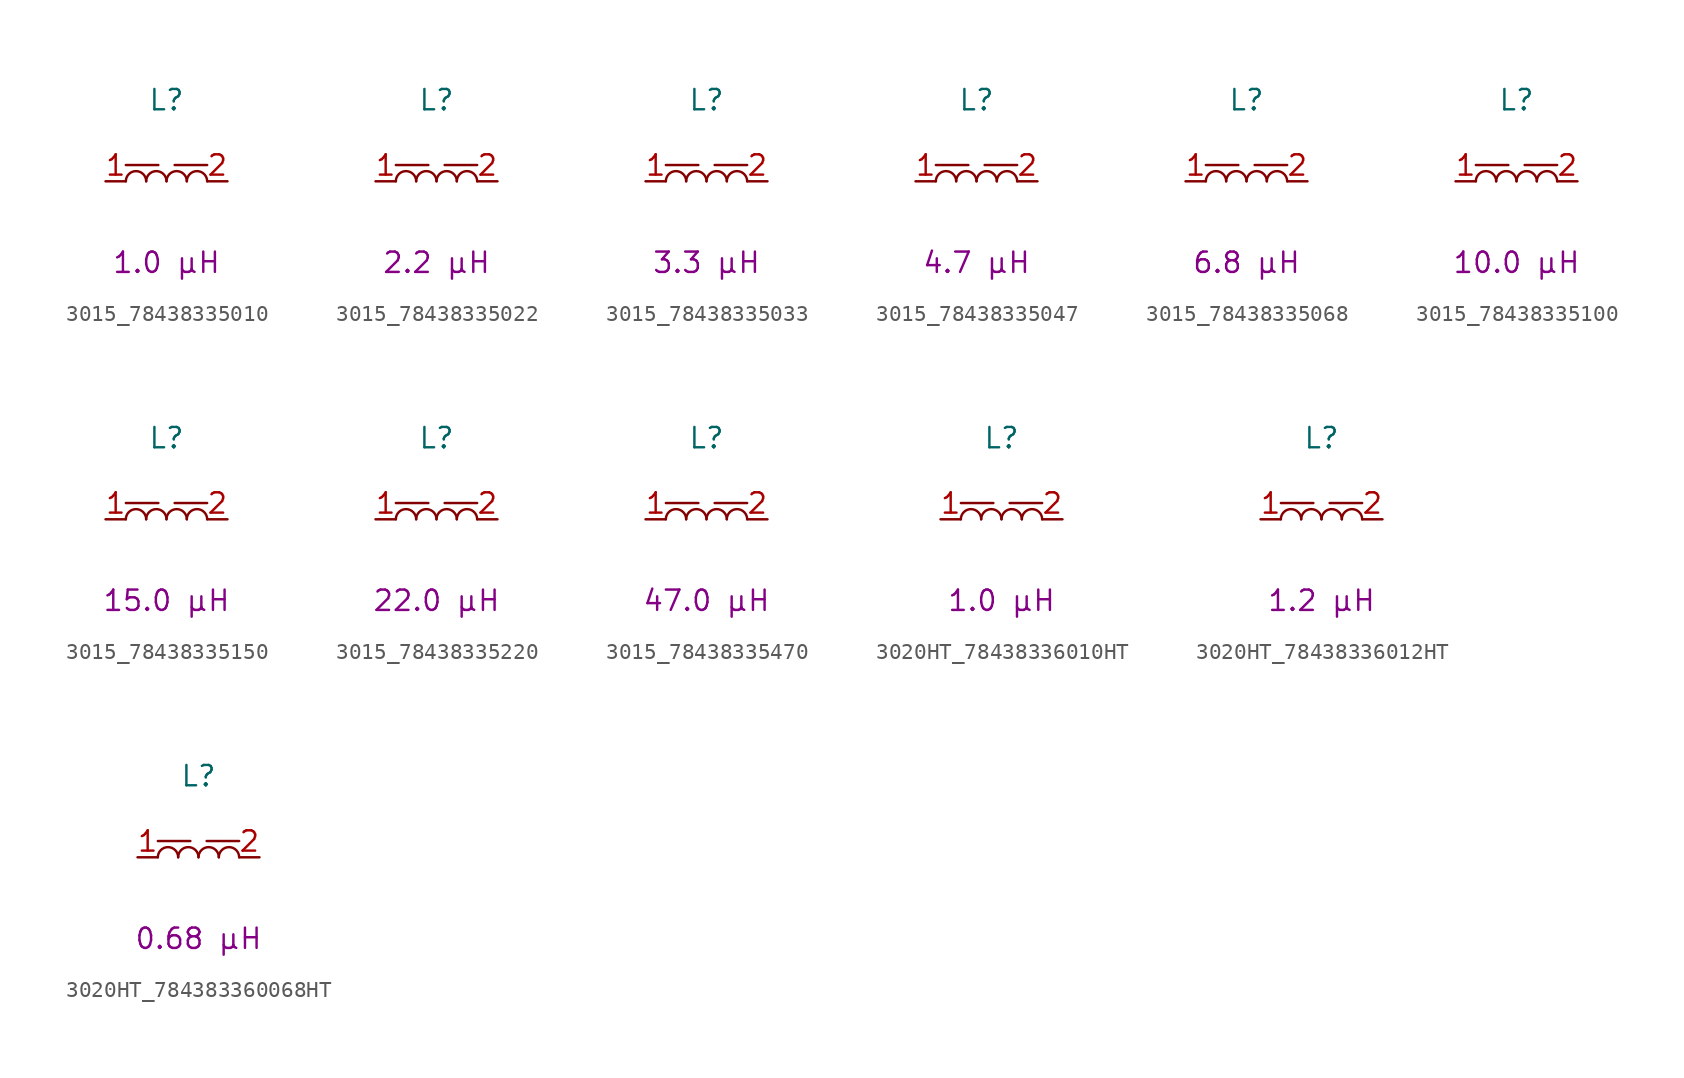
<source format=kicad_sym>
(kicad_symbol_lib
  (version 20220914)
  (generator kicad_symbol_editor)
  (symbol "3015_78438335010"
    (pin_names hide)
    (property "Reference" "L"
      (at 0 5.08 0)
      (effects (font (size 1.27 1.27))))
    (property "Critical Parameter" "1.0 µH"
      (at 0 -5.08 0)
      (effects (font (size 1.27 1.27))))
    (symbol "3015_78438335010_0_1"
      (arc (start -1.27 0) (mid -1.905 0.6323) (end -2.54 0) (stroke (width 0) (type default)) (fill (type none)))
      (arc (start 0 0) (mid -0.635 0.6323) (end -1.27 0) (stroke (width 0) (type default)) (fill (type none)))
      (polyline (pts (xy -2.54 1.016) (xy -0.508 1.016)) (stroke (width 0) (type default)) (fill (type none)))
      (arc (start 1.27 0) (mid 0.635 0.6323) (end 0 0) (stroke (width 0) (type default)) (fill (type none)))
      (arc (start 2.54 0) (mid 1.905 0.6323) (end 1.27 0) (stroke (width 0) (type default)) (fill (type none))))
    (symbol "3015_78438335010_1_1"
      (polyline (pts (xy 2.54 1.016) (xy 0.508 1.016)) (stroke (width 0) (type default)) (fill (type none)))
      (pin passive line (at -3.81 0 0) (length 1.27) (name "1" (effects (font (size 1.27 1.27)))) (number "1" (effects (font (size 1.27 1.27)))))
      (pin passive line (at 3.81 0 180) (length 1.27) (name "2" (effects (font (size 1.27 1.27)))) (number "2" (effects (font (size 1.27 1.27)))))))
  (symbol "3015_78438335022"
    (pin_names hide)
    (property "Reference" "L"
      (at 0 5.08 0)
      (effects (font (size 1.27 1.27))))
    (property "Critical Parameter" "2.2 µH"
      (at 0 -5.08 0)
      (effects (font (size 1.27 1.27))))
    (symbol "3015_78438335022_0_1"
      (arc (start -1.27 0) (mid -1.905 0.6323) (end -2.54 0) (stroke (width 0) (type default)) (fill (type none)))
      (arc (start 0 0) (mid -0.635 0.6323) (end -1.27 0) (stroke (width 0) (type default)) (fill (type none)))
      (polyline (pts (xy -2.54 1.016) (xy -0.508 1.016)) (stroke (width 0) (type default)) (fill (type none)))
      (arc (start 1.27 0) (mid 0.635 0.6323) (end 0 0) (stroke (width 0) (type default)) (fill (type none)))
      (arc (start 2.54 0) (mid 1.905 0.6323) (end 1.27 0) (stroke (width 0) (type default)) (fill (type none))))
    (symbol "3015_78438335022_1_1"
      (polyline (pts (xy 2.54 1.016) (xy 0.508 1.016)) (stroke (width 0) (type default)) (fill (type none)))
      (pin passive line (at -3.81 0 0) (length 1.27) (name "1" (effects (font (size 1.27 1.27)))) (number "1" (effects (font (size 1.27 1.27)))))
      (pin passive line (at 3.81 0 180) (length 1.27) (name "2" (effects (font (size 1.27 1.27)))) (number "2" (effects (font (size 1.27 1.27)))))))
  (symbol "3015_78438335033"
    (pin_names hide)
    (property "Reference" "L"
      (at 0 5.08 0)
      (effects (font (size 1.27 1.27))))
    (property "Critical Parameter" "3.3 µH"
      (at 0 -5.08 0)
      (effects (font (size 1.27 1.27))))
    (symbol "3015_78438335033_0_1"
      (arc (start -1.27 0) (mid -1.905 0.6323) (end -2.54 0) (stroke (width 0) (type default)) (fill (type none)))
      (arc (start 0 0) (mid -0.635 0.6323) (end -1.27 0) (stroke (width 0) (type default)) (fill (type none)))
      (polyline (pts (xy -2.54 1.016) (xy -0.508 1.016)) (stroke (width 0) (type default)) (fill (type none)))
      (arc (start 1.27 0) (mid 0.635 0.6323) (end 0 0) (stroke (width 0) (type default)) (fill (type none)))
      (arc (start 2.54 0) (mid 1.905 0.6323) (end 1.27 0) (stroke (width 0) (type default)) (fill (type none))))
    (symbol "3015_78438335033_1_1"
      (polyline (pts (xy 2.54 1.016) (xy 0.508 1.016)) (stroke (width 0) (type default)) (fill (type none)))
      (pin passive line (at -3.81 0 0) (length 1.27) (name "1" (effects (font (size 1.27 1.27)))) (number "1" (effects (font (size 1.27 1.27)))))
      (pin passive line (at 3.81 0 180) (length 1.27) (name "2" (effects (font (size 1.27 1.27)))) (number "2" (effects (font (size 1.27 1.27)))))))
  (symbol "3015_78438335047"
    (pin_names hide)
    (property "Reference" "L"
      (at 0 5.08 0)
      (effects (font (size 1.27 1.27))))
    (property "Critical Parameter" "4.7 µH"
      (at 0 -5.08 0)
      (effects (font (size 1.27 1.27))))
    (symbol "3015_78438335047_0_1"
      (arc (start -1.27 0) (mid -1.905 0.6323) (end -2.54 0) (stroke (width 0) (type default)) (fill (type none)))
      (arc (start 0 0) (mid -0.635 0.6323) (end -1.27 0) (stroke (width 0) (type default)) (fill (type none)))
      (polyline (pts (xy -2.54 1.016) (xy -0.508 1.016)) (stroke (width 0) (type default)) (fill (type none)))
      (arc (start 1.27 0) (mid 0.635 0.6323) (end 0 0) (stroke (width 0) (type default)) (fill (type none)))
      (arc (start 2.54 0) (mid 1.905 0.6323) (end 1.27 0) (stroke (width 0) (type default)) (fill (type none))))
    (symbol "3015_78438335047_1_1"
      (polyline (pts (xy 2.54 1.016) (xy 0.508 1.016)) (stroke (width 0) (type default)) (fill (type none)))
      (pin passive line (at -3.81 0 0) (length 1.27) (name "1" (effects (font (size 1.27 1.27)))) (number "1" (effects (font (size 1.27 1.27)))))
      (pin passive line (at 3.81 0 180) (length 1.27) (name "2" (effects (font (size 1.27 1.27)))) (number "2" (effects (font (size 1.27 1.27)))))))
  (symbol "3015_78438335068"
    (pin_names hide)
    (property "Reference" "L"
      (at 0 5.08 0)
      (effects (font (size 1.27 1.27))))
    (property "Critical Parameter" "6.8 µH"
      (at 0 -5.08 0)
      (effects (font (size 1.27 1.27))))
    (symbol "3015_78438335068_0_1"
      (arc (start -1.27 0) (mid -1.905 0.6323) (end -2.54 0) (stroke (width 0) (type default)) (fill (type none)))
      (arc (start 0 0) (mid -0.635 0.6323) (end -1.27 0) (stroke (width 0) (type default)) (fill (type none)))
      (polyline (pts (xy -2.54 1.016) (xy -0.508 1.016)) (stroke (width 0) (type default)) (fill (type none)))
      (arc (start 1.27 0) (mid 0.635 0.6323) (end 0 0) (stroke (width 0) (type default)) (fill (type none)))
      (arc (start 2.54 0) (mid 1.905 0.6323) (end 1.27 0) (stroke (width 0) (type default)) (fill (type none))))
    (symbol "3015_78438335068_1_1"
      (polyline (pts (xy 2.54 1.016) (xy 0.508 1.016)) (stroke (width 0) (type default)) (fill (type none)))
      (pin passive line (at -3.81 0 0) (length 1.27) (name "1" (effects (font (size 1.27 1.27)))) (number "1" (effects (font (size 1.27 1.27)))))
      (pin passive line (at 3.81 0 180) (length 1.27) (name "2" (effects (font (size 1.27 1.27)))) (number "2" (effects (font (size 1.27 1.27)))))))
  (symbol "3015_78438335100"
    (pin_names hide)
    (property "Reference" "L"
      (at 0 5.08 0)
      (effects (font (size 1.27 1.27))))
    (property "Critical Parameter" "10.0 µH"
      (at 0 -5.08 0)
      (effects (font (size 1.27 1.27))))
    (symbol "3015_78438335100_0_1"
      (arc (start -1.27 0) (mid -1.905 0.6323) (end -2.54 0) (stroke (width 0) (type default)) (fill (type none)))
      (arc (start 0 0) (mid -0.635 0.6323) (end -1.27 0) (stroke (width 0) (type default)) (fill (type none)))
      (polyline (pts (xy -2.54 1.016) (xy -0.508 1.016)) (stroke (width 0) (type default)) (fill (type none)))
      (arc (start 1.27 0) (mid 0.635 0.6323) (end 0 0) (stroke (width 0) (type default)) (fill (type none)))
      (arc (start 2.54 0) (mid 1.905 0.6323) (end 1.27 0) (stroke (width 0) (type default)) (fill (type none))))
    (symbol "3015_78438335100_1_1"
      (polyline (pts (xy 2.54 1.016) (xy 0.508 1.016)) (stroke (width 0) (type default)) (fill (type none)))
      (pin passive line (at -3.81 0 0) (length 1.27) (name "1" (effects (font (size 1.27 1.27)))) (number "1" (effects (font (size 1.27 1.27)))))
      (pin passive line (at 3.81 0 180) (length 1.27) (name "2" (effects (font (size 1.27 1.27)))) (number "2" (effects (font (size 1.27 1.27)))))))
  (symbol "3015_78438335150"
    (pin_names hide)
    (property "Reference" "L"
      (at 0 5.08 0)
      (effects (font (size 1.27 1.27))))
    (property "Critical Parameter" "15.0 µH"
      (at 0 -5.08 0)
      (effects (font (size 1.27 1.27))))
    (symbol "3015_78438335150_0_1"
      (arc (start -1.27 0) (mid -1.905 0.6323) (end -2.54 0) (stroke (width 0) (type default)) (fill (type none)))
      (arc (start 0 0) (mid -0.635 0.6323) (end -1.27 0) (stroke (width 0) (type default)) (fill (type none)))
      (polyline (pts (xy -2.54 1.016) (xy -0.508 1.016)) (stroke (width 0) (type default)) (fill (type none)))
      (arc (start 1.27 0) (mid 0.635 0.6323) (end 0 0) (stroke (width 0) (type default)) (fill (type none)))
      (arc (start 2.54 0) (mid 1.905 0.6323) (end 1.27 0) (stroke (width 0) (type default)) (fill (type none))))
    (symbol "3015_78438335150_1_1"
      (polyline (pts (xy 2.54 1.016) (xy 0.508 1.016)) (stroke (width 0) (type default)) (fill (type none)))
      (pin passive line (at -3.81 0 0) (length 1.27) (name "1" (effects (font (size 1.27 1.27)))) (number "1" (effects (font (size 1.27 1.27)))))
      (pin passive line (at 3.81 0 180) (length 1.27) (name "2" (effects (font (size 1.27 1.27)))) (number "2" (effects (font (size 1.27 1.27)))))))
  (symbol "3015_78438335220"
    (pin_names hide)
    (property "Reference" "L"
      (at 0 5.08 0)
      (effects (font (size 1.27 1.27))))
    (property "Critical Parameter" "22.0 µH"
      (at 0 -5.08 0)
      (effects (font (size 1.27 1.27))))
    (symbol "3015_78438335220_0_1"
      (arc (start -1.27 0) (mid -1.905 0.6323) (end -2.54 0) (stroke (width 0) (type default)) (fill (type none)))
      (arc (start 0 0) (mid -0.635 0.6323) (end -1.27 0) (stroke (width 0) (type default)) (fill (type none)))
      (polyline (pts (xy -2.54 1.016) (xy -0.508 1.016)) (stroke (width 0) (type default)) (fill (type none)))
      (arc (start 1.27 0) (mid 0.635 0.6323) (end 0 0) (stroke (width 0) (type default)) (fill (type none)))
      (arc (start 2.54 0) (mid 1.905 0.6323) (end 1.27 0) (stroke (width 0) (type default)) (fill (type none))))
    (symbol "3015_78438335220_1_1"
      (polyline (pts (xy 2.54 1.016) (xy 0.508 1.016)) (stroke (width 0) (type default)) (fill (type none)))
      (pin passive line (at -3.81 0 0) (length 1.27) (name "1" (effects (font (size 1.27 1.27)))) (number "1" (effects (font (size 1.27 1.27)))))
      (pin passive line (at 3.81 0 180) (length 1.27) (name "2" (effects (font (size 1.27 1.27)))) (number "2" (effects (font (size 1.27 1.27)))))))
  (symbol "3015_78438335470"
    (pin_names hide)
    (property "Reference" "L"
      (at 0 5.08 0)
      (effects (font (size 1.27 1.27))))
    (property "Critical Parameter" "47.0 µH"
      (at 0 -5.08 0)
      (effects (font (size 1.27 1.27))))
    (symbol "3015_78438335470_0_1"
      (arc (start -1.27 0) (mid -1.905 0.6323) (end -2.54 0) (stroke (width 0) (type default)) (fill (type none)))
      (arc (start 0 0) (mid -0.635 0.6323) (end -1.27 0) (stroke (width 0) (type default)) (fill (type none)))
      (polyline (pts (xy -2.54 1.016) (xy -0.508 1.016)) (stroke (width 0) (type default)) (fill (type none)))
      (arc (start 1.27 0) (mid 0.635 0.6323) (end 0 0) (stroke (width 0) (type default)) (fill (type none)))
      (arc (start 2.54 0) (mid 1.905 0.6323) (end 1.27 0) (stroke (width 0) (type default)) (fill (type none))))
    (symbol "3015_78438335470_1_1"
      (polyline (pts (xy 2.54 1.016) (xy 0.508 1.016)) (stroke (width 0) (type default)) (fill (type none)))
      (pin passive line (at -3.81 0 0) (length 1.27) (name "1" (effects (font (size 1.27 1.27)))) (number "1" (effects (font (size 1.27 1.27)))))
      (pin passive line (at 3.81 0 180) (length 1.27) (name "2" (effects (font (size 1.27 1.27)))) (number "2" (effects (font (size 1.27 1.27)))))))
  (symbol "3020HT_78438336010HT"
    (pin_names hide)
    (property "Reference" "L"
      (at 0 5.08 0)
      (effects (font (size 1.27 1.27))))
    (property "Critical Parameter" "1.0 µH"
      (at 0 -5.08 0)
      (effects (font (size 1.27 1.27))))
    (symbol "3020HT_78438336010HT_0_1"
      (arc (start -1.27 0) (mid -1.905 0.6323) (end -2.54 0) (stroke (width 0) (type default)) (fill (type none)))
      (arc (start 0 0) (mid -0.635 0.6323) (end -1.27 0) (stroke (width 0) (type default)) (fill (type none)))
      (polyline (pts (xy -2.54 1.016) (xy -0.508 1.016)) (stroke (width 0) (type default)) (fill (type none)))
      (arc (start 1.27 0) (mid 0.635 0.6323) (end 0 0) (stroke (width 0) (type default)) (fill (type none)))
      (arc (start 2.54 0) (mid 1.905 0.6323) (end 1.27 0) (stroke (width 0) (type default)) (fill (type none))))
    (symbol "3020HT_78438336010HT_1_1"
      (polyline (pts (xy 2.54 1.016) (xy 0.508 1.016)) (stroke (width 0) (type default)) (fill (type none)))
      (pin passive line (at -3.81 0 0) (length 1.27) (name "1" (effects (font (size 1.27 1.27)))) (number "1" (effects (font (size 1.27 1.27)))))
      (pin passive line (at 3.81 0 180) (length 1.27) (name "2" (effects (font (size 1.27 1.27)))) (number "2" (effects (font (size 1.27 1.27)))))))
  (symbol "3020HT_78438336012HT"
    (pin_names hide)
    (property "Reference" "L"
      (at 0 5.08 0)
      (effects (font (size 1.27 1.27))))
    (property "Critical Parameter" "1.2 µH"
      (at 0 -5.08 0)
      (effects (font (size 1.27 1.27))))
    (symbol "3020HT_78438336012HT_0_1"
      (arc (start -1.27 0) (mid -1.905 0.6323) (end -2.54 0) (stroke (width 0) (type default)) (fill (type none)))
      (arc (start 0 0) (mid -0.635 0.6323) (end -1.27 0) (stroke (width 0) (type default)) (fill (type none)))
      (polyline (pts (xy -2.54 1.016) (xy -0.508 1.016)) (stroke (width 0) (type default)) (fill (type none)))
      (arc (start 1.27 0) (mid 0.635 0.6323) (end 0 0) (stroke (width 0) (type default)) (fill (type none)))
      (arc (start 2.54 0) (mid 1.905 0.6323) (end 1.27 0) (stroke (width 0) (type default)) (fill (type none))))
    (symbol "3020HT_78438336012HT_1_1"
      (polyline (pts (xy 2.54 1.016) (xy 0.508 1.016)) (stroke (width 0) (type default)) (fill (type none)))
      (pin passive line (at -3.81 0 0) (length 1.27) (name "1" (effects (font (size 1.27 1.27)))) (number "1" (effects (font (size 1.27 1.27)))))
      (pin passive line (at 3.81 0 180) (length 1.27) (name "2" (effects (font (size 1.27 1.27)))) (number "2" (effects (font (size 1.27 1.27)))))))
  (symbol "3020HT_784383360068HT"
    (pin_names hide)
    (property "Reference" "L"
      (at 0 5.08 0)
      (effects (font (size 1.27 1.27))))
    (property "Critical Parameter" "0.68 µH"
      (at 0 -5.08 0)
      (effects (font (size 1.27 1.27))))
    (symbol "3020HT_784383360068HT_0_1"
      (arc (start -1.27 0) (mid -1.905 0.6323) (end -2.54 0) (stroke (width 0) (type default)) (fill (type none)))
      (arc (start 0 0) (mid -0.635 0.6323) (end -1.27 0) (stroke (width 0) (type default)) (fill (type none)))
      (polyline (pts (xy -2.54 1.016) (xy -0.508 1.016)) (stroke (width 0) (type default)) (fill (type none)))
      (arc (start 1.27 0) (mid 0.635 0.6323) (end 0 0) (stroke (width 0) (type default)) (fill (type none)))
      (arc (start 2.54 0) (mid 1.905 0.6323) (end 1.27 0) (stroke (width 0) (type default)) (fill (type none))))
    (symbol "3020HT_784383360068HT_1_1"
      (polyline (pts (xy 2.54 1.016) (xy 0.508 1.016)) (stroke (width 0) (type default)) (fill (type none)))
      (pin passive line (at -3.81 0 0) (length 1.27) (name "1" (effects (font (size 1.27 1.27)))) (number "1" (effects (font (size 1.27 1.27)))))
      (pin passive line (at 3.81 0 180) (length 1.27) (name "2" (effects (font (size 1.27 1.27)))) (number "2" (effects (font (size 1.27 1.27))))))))
</source>
